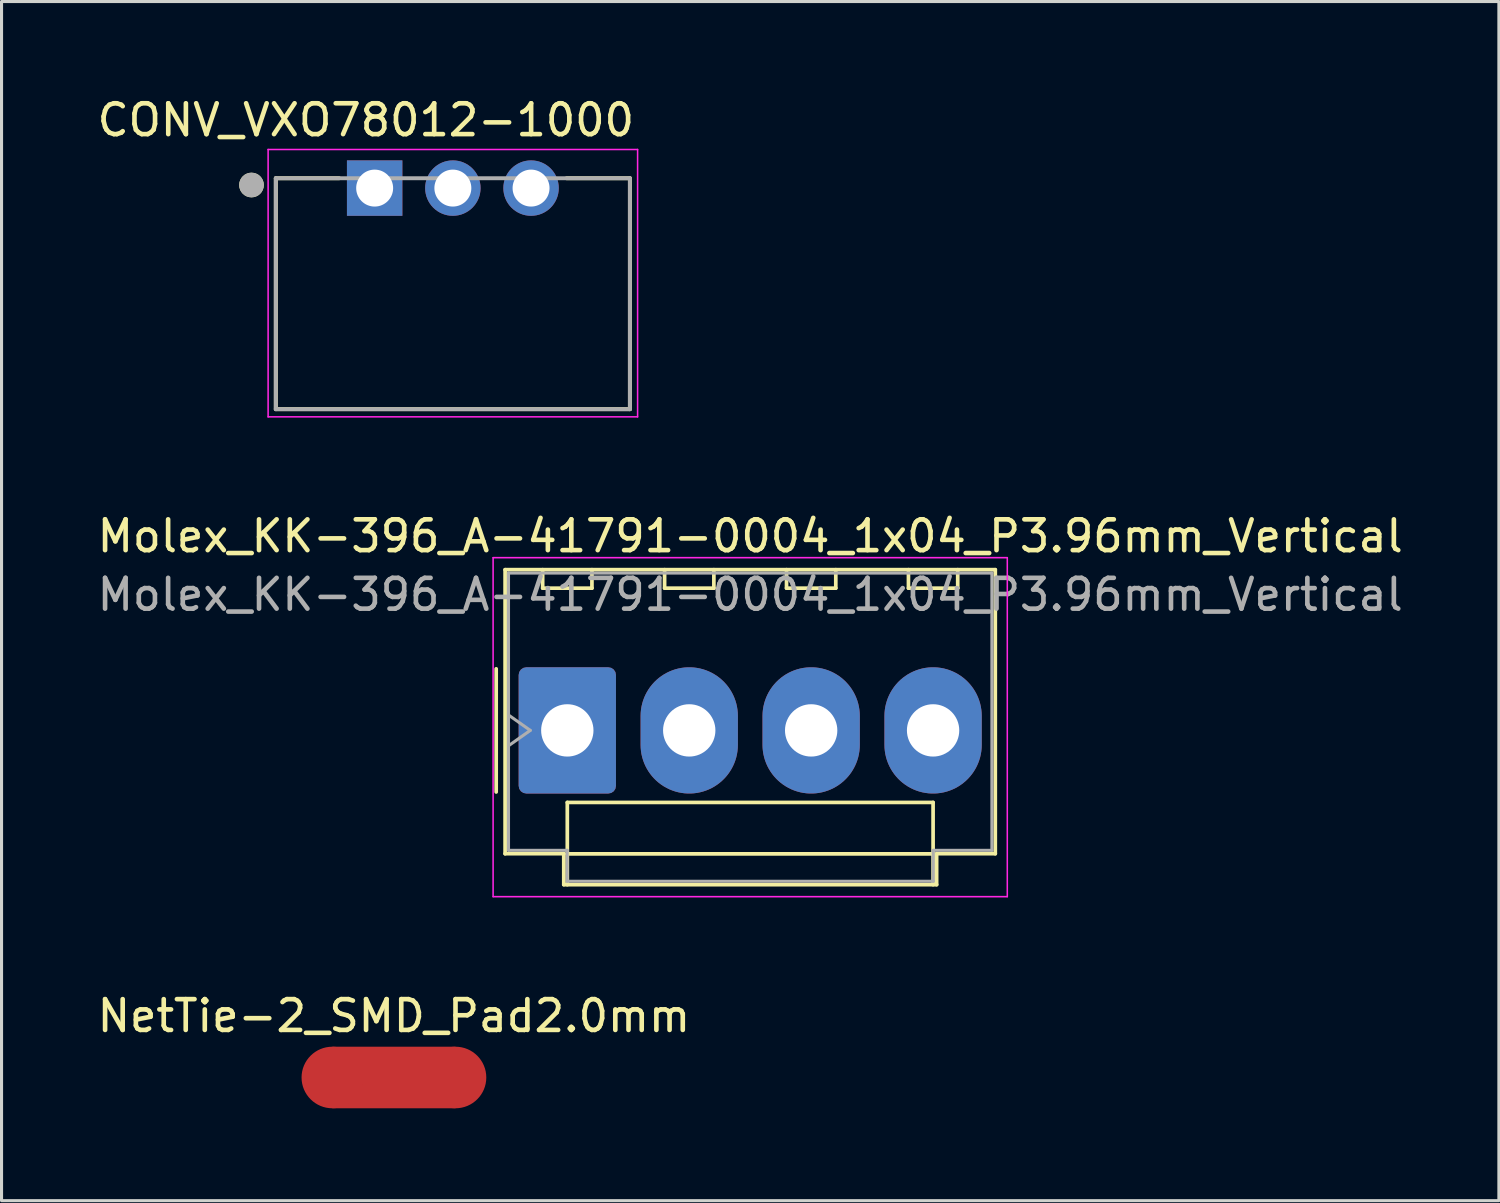
<source format=kicad_pcb>
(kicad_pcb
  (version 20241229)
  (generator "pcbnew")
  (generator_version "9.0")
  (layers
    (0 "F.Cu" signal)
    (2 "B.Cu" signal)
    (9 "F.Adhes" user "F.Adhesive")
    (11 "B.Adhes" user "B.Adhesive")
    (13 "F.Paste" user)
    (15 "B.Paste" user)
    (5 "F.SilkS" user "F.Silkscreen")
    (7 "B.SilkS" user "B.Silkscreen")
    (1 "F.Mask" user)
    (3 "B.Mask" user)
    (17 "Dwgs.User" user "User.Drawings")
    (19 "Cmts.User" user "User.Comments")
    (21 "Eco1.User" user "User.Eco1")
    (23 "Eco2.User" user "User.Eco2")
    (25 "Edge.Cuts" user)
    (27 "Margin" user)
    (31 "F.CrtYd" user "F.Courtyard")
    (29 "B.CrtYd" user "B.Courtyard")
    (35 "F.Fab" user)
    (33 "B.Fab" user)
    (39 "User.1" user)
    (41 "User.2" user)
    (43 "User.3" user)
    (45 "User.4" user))
  (footprint "NetTie-2_SMD_Pad2.0mm"
    (layer "F.Cu")
    (at 9.744 31.945)
    (property "Reference" "NetTie-2_SMD_Pad2.0mm" (at 0 -2 0) (layer "F.SilkS") (effects (font (size 1 1) (thickness 0.15))))
    (attr exclude_from_pos_files exclude_from_bom)
    (fp_poly (pts (xy -2 -1) (xy 2 -1) (xy 2 1) (xy -2 1)) (stroke (width 0) (type solid)) (fill yes) (layer "F.Cu"))
    (pad "1" smd circle (at -2 0) (size 2 2) (layers "F.Cu"))
    (pad "2" smd circle (at 2 0) (size 2 2) (layers "F.Cu")))
  (footprint "Molex_KK-396_A-41791-0004_1x04_P3.96mm_Vertical"
    (layer "F.Cu")
    (at 15.375 20.672)
    (property "Reference" "Molex_KK-396_A-41791-0004_1x04_P3.96mm_Vertical" (at 5.94 -6.31 0) (layer "F.SilkS") (effects (font (size 1 1) (thickness 0.15))))
    (attr through_hole)
    (fp_line (start -2.31 -2) (end -2.31 2) (stroke (width 0.12) (type solid)) (layer "F.SilkS"))
    (fp_line (start -2.02 -5.22) (end 13.9 -5.22) (stroke (width 0.12) (type solid)) (layer "F.SilkS"))
    (fp_line (start -2.02 4.005) (end -2.02 -5.22) (stroke (width 0.12) (type solid)) (layer "F.SilkS"))
    (fp_line (start -0.8 -5.22) (end -0.8 -4.62) (stroke (width 0.12) (type solid)) (layer "F.SilkS"))
    (fp_line (start -0.8 -4.62) (end 0.8 -4.62) (stroke (width 0.12) (type solid)) (layer "F.SilkS"))
    (fp_line (start -0.115 4.005) (end -2.02 4.005) (stroke (width 0.12) (type solid)) (layer "F.SilkS"))
    (fp_line (start -0.115 5.01) (end -0.115 4.005) (stroke (width 0.12) (type solid)) (layer "F.SilkS"))
    (fp_line (start 0 2.34) (end 11.88 2.34) (stroke (width 0.12) (type solid)) (layer "F.SilkS"))
    (fp_line (start 0 4.01) (end 0 2.34) (stroke (width 0.12) (type solid)) (layer "F.SilkS"))
    (fp_line (start 0 4.01) (end 11.88 4.01) (stroke (width 0.12) (type solid)) (layer "F.SilkS"))
    (fp_line (start 0 5.01) (end 0 4.01) (stroke (width 0.12) (type solid)) (layer "F.SilkS"))
    (fp_line (start 0.8 -4.62) (end 0.8 -5.22) (stroke (width 0.12) (type solid)) (layer "F.SilkS"))
    (fp_line (start 3.16 -5.22) (end 3.16 -4.62) (stroke (width 0.12) (type solid)) (layer "F.SilkS"))
    (fp_line (start 3.16 -4.62) (end 4.76 -4.62) (stroke (width 0.12) (type solid)) (layer "F.SilkS"))
    (fp_line (start 4.76 -4.62) (end 4.76 -5.22) (stroke (width 0.12) (type solid)) (layer "F.SilkS"))
    (fp_line (start 7.12 -5.22) (end 7.12 -4.62) (stroke (width 0.12) (type solid)) (layer "F.SilkS"))
    (fp_line (start 7.12 -4.62) (end 8.72 -4.62) (stroke (width 0.12) (type solid)) (layer "F.SilkS"))
    (fp_line (start 8.72 -4.62) (end 8.72 -5.22) (stroke (width 0.12) (type solid)) (layer "F.SilkS"))
    (fp_line (start 11.08 -5.22) (end 11.08 -4.62) (stroke (width 0.12) (type solid)) (layer "F.SilkS"))
    (fp_line (start 11.08 -4.62) (end 12.68 -4.62) (stroke (width 0.12) (type solid)) (layer "F.SilkS"))
    (fp_line (start 11.88 2.34) (end 11.88 4.01) (stroke (width 0.12) (type solid)) (layer "F.SilkS"))
    (fp_line (start 11.88 4.01) (end 11.88 5.01) (stroke (width 0.12) (type solid)) (layer "F.SilkS"))
    (fp_line (start 11.995 4.005) (end 11.995 5.01) (stroke (width 0.12) (type solid)) (layer "F.SilkS"))
    (fp_line (start 11.995 5.01) (end -0.115 5.01) (stroke (width 0.12) (type solid)) (layer "F.SilkS"))
    (fp_line (start 12.68 -4.62) (end 12.68 -5.22) (stroke (width 0.12) (type solid)) (layer "F.SilkS"))
    (fp_line (start 13.9 -5.22) (end 13.9 4.005) (stroke (width 0.12) (type solid)) (layer "F.SilkS"))
    (fp_line (start 13.9 4.005) (end 11.995 4.005) (stroke (width 0.12) (type solid)) (layer "F.SilkS"))
    (fp_line (start -2.41 -5.61) (end -2.41 5.4) (stroke (width 0.05) (type solid)) (layer "F.CrtYd"))
    (fp_line (start -2.41 5.4) (end 14.29 5.4) (stroke (width 0.05) (type solid)) (layer "F.CrtYd"))
    (fp_line (start 14.29 -5.61) (end -2.41 -5.61) (stroke (width 0.05) (type solid)) (layer "F.CrtYd"))
    (fp_line (start 14.29 5.4) (end 14.29 -5.61) (stroke (width 0.05) (type solid)) (layer "F.CrtYd"))
    (fp_line (start -1.91 -5.11) (end 13.79 -5.11) (stroke (width 0.1) (type solid)) (layer "F.Fab"))
    (fp_line (start -1.91 -0.5) (end -1.203 0) (stroke (width 0.1) (type solid)) (layer "F.Fab"))
    (fp_line (start -1.91 3.895) (end -1.91 -5.11) (stroke (width 0.1) (type solid)) (layer "F.Fab"))
    (fp_line (start -1.203 0) (end -1.91 0.5) (stroke (width 0.1) (type solid)) (layer "F.Fab"))
    (fp_line (start -0.005 3.895) (end -1.91 3.895) (stroke (width 0.1) (type solid)) (layer "F.Fab"))
    (fp_line (start -0.005 4.9) (end -0.005 3.895) (stroke (width 0.1) (type solid)) (layer "F.Fab"))
    (fp_line (start 11.885 3.895) (end 11.885 4.9) (stroke (width 0.1) (type solid)) (layer "F.Fab"))
    (fp_line (start 11.885 4.9) (end -0.005 4.9) (stroke (width 0.1) (type solid)) (layer "F.Fab"))
    (fp_line (start 13.79 -5.11) (end 13.79 3.895) (stroke (width 0.1) (type solid)) (layer "F.Fab"))
    (fp_line (start 13.79 3.895) (end 11.885 3.895) (stroke (width 0.1) (type solid)) (layer "F.Fab"))
    (fp_text user "${REFERENCE}" (at 5.94 -4.41 0) (layer "F.Fab") (effects (font (size 1 1) (thickness 0.15))))
    (pad "1" thru_hole roundrect (at 0 0) (size 3.16 4.1) (drill 1.7) (layers "*.Cu" "*.Mask") (roundrect_rratio 0.079))
    (pad "2" thru_hole oval (at 3.96 0) (size 3.16 4.1) (drill 1.7) (layers "*.Cu" "*.Mask"))
    (pad "3" thru_hole oval (at 7.92 0) (size 3.16 4.1) (drill 1.7) (layers "*.Cu" "*.Mask"))
    (pad "4" thru_hole oval (at 11.88 0) (size 3.16 4.1) (drill 1.7) (layers "*.Cu" "*.Mask")))
  (footprint "CONV_VXO78012-1000"
    (layer "F.Cu")
    (at 9.118 3.059)
    (property "Reference" "CONV_VXO78012-1000" (at -0.286 -2.209 0) (layer "F.SilkS") (effects (font (size 1.002 1.002) (thickness 0.15))))
    (attr through_hole)
    (fp_line (start -3.21 -0.32) (end -1.154 -0.32) (stroke (width 0.127) (type solid)) (layer "F.SilkS"))
    (fp_line (start -3.21 7.18) (end -3.21 -0.32) (stroke (width 0.127) (type solid)) (layer "F.SilkS"))
    (fp_line (start 8.29 -0.32) (end 6.234 -0.32) (stroke (width 0.127) (type solid)) (layer "F.SilkS"))
    (fp_line (start 8.29 -0.32) (end 8.29 7.18) (stroke (width 0.127) (type solid)) (layer "F.SilkS"))
    (fp_line (start 8.29 7.18) (end -3.21 7.18) (stroke (width 0.127) (type solid)) (layer "F.SilkS"))
    (fp_circle (center -4 -0.1) (end -3.8 -0.1) (stroke (width 0.4) (type solid)) (fill no) (layer "F.SilkS"))
    (fp_line (start -3.46 -1.254) (end 8.54 -1.254) (stroke (width 0.05) (type solid)) (layer "F.CrtYd"))
    (fp_line (start -3.46 7.43) (end -3.46 -1.254) (stroke (width 0.05) (type solid)) (layer "F.CrtYd"))
    (fp_line (start 8.54 -1.254) (end 8.54 7.43) (stroke (width 0.05) (type solid)) (layer "F.CrtYd"))
    (fp_line (start 8.54 7.43) (end -3.46 7.43) (stroke (width 0.05) (type solid)) (layer "F.CrtYd"))
    (fp_line (start -3.21 -0.32) (end 8.29 -0.32) (stroke (width 0.127) (type solid)) (layer "F.Fab"))
    (fp_line (start -3.21 7.18) (end -3.21 -0.32) (stroke (width 0.127) (type solid)) (layer "F.Fab"))
    (fp_line (start 8.29 -0.32) (end 8.29 7.18) (stroke (width 0.127) (type solid)) (layer "F.Fab"))
    (fp_line (start 8.29 7.18) (end -3.21 7.18) (stroke (width 0.127) (type solid)) (layer "F.Fab"))
    (fp_circle (center -4 -0.1) (end -3.8 -0.1) (stroke (width 0.4) (type solid)) (fill no) (layer "F.Fab"))
    (fp_circle (center 0.01 -0.01) (end 0.21 -0.01) (stroke (width 0.4) (type solid)) (fill no) (layer "F.Fab"))
    (pad "1" thru_hole rect (at 0 0) (size 1.8 1.8) (drill 1.2) (layers "*.Cu" "*.Mask"))
    (pad "2" thru_hole circle (at 2.54 0) (size 1.8 1.8) (drill 1.2) (layers "*.Cu" "*.Mask"))
    (pad "3" thru_hole circle (at 5.08 0) (size 1.8 1.8) (drill 1.2) (layers "*.Cu" "*.Mask")))
  (gr_rect
    (start -3 -3)
    (end 45.631 35.945)
    (stroke (width 0.1) (type default))
    (fill no)
    (layer "Edge.Cuts")))
</source>
